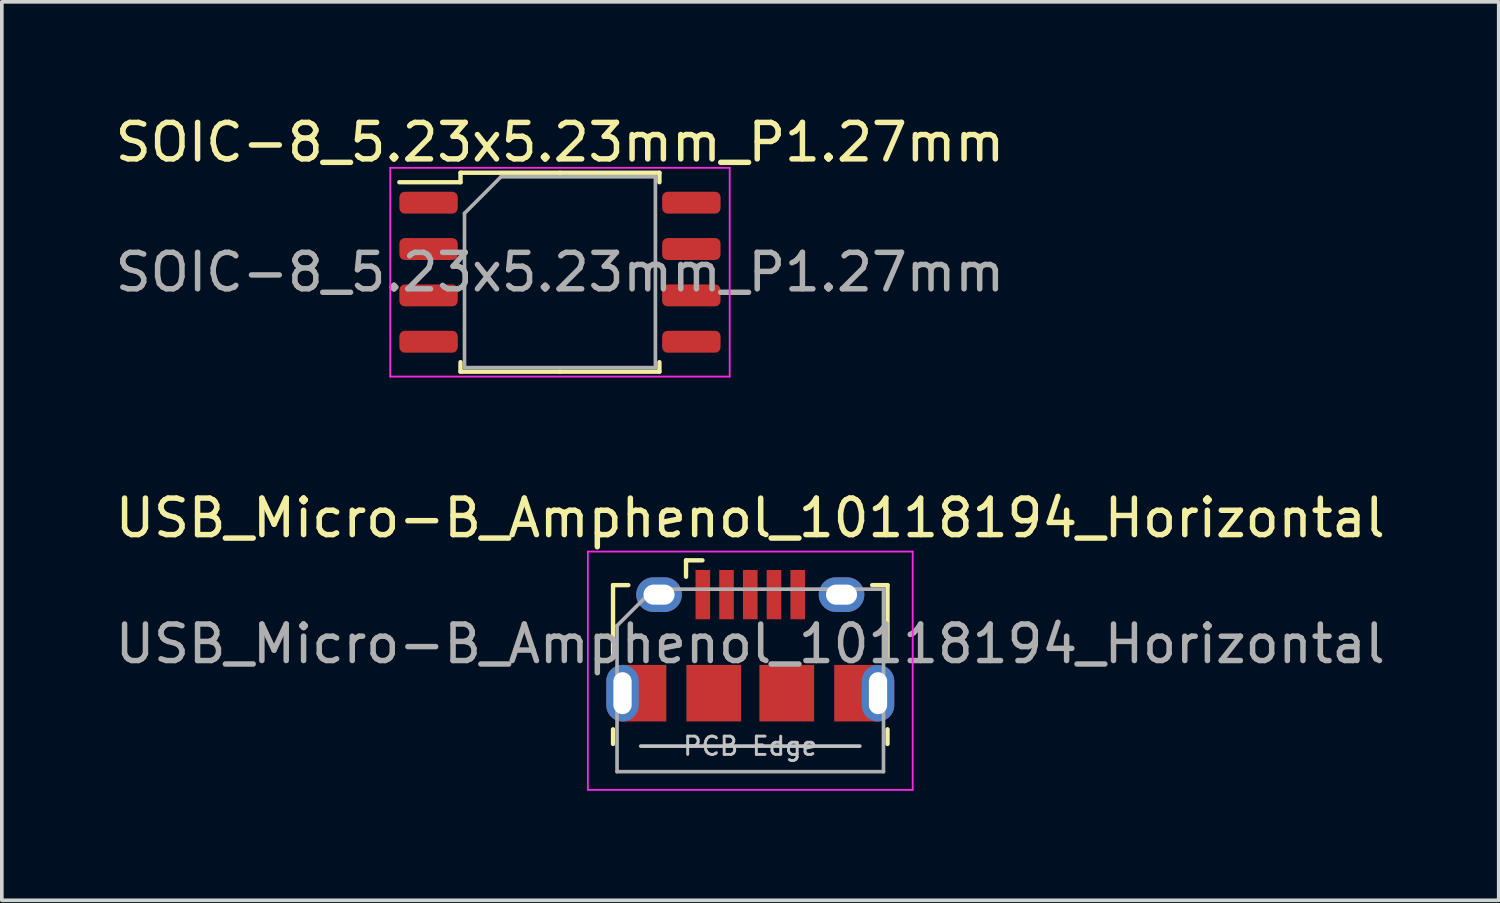
<source format=kicad_pcb>
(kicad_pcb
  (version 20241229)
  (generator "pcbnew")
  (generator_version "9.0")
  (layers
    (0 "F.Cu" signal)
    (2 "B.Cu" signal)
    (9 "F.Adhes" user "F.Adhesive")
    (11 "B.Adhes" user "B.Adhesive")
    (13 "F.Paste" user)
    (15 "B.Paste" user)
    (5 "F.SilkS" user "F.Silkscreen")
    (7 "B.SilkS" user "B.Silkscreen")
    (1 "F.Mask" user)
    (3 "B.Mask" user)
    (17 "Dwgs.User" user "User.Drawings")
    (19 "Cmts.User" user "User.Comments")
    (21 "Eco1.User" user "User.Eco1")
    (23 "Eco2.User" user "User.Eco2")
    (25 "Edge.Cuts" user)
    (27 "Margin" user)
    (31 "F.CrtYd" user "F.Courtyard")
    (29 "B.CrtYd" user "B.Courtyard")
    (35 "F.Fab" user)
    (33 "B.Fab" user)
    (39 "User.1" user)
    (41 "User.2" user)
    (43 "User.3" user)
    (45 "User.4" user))
  (footprint "USB_Micro-B_Amphenol_10118194_Horizontal"
    (layer "F.Cu")
    (at 17.506 14.642)
    (property "Reference" "USB_Micro-B_Amphenol_10118194_Horizontal" (at 0 -3.5 0) (layer "F.SilkS") (effects (font (size 1 1) (thickness 0.15))))
    (attr smd)
    (fp_line (start -3.76 -1.66) (end -3.34 -1.66) (stroke (width 0.12) (type solid)) (layer "F.SilkS"))
    (fp_line (start -3.76 0.32) (end -3.76 -1.66) (stroke (width 0.12) (type solid)) (layer "F.SilkS"))
    (fp_line (start -3.76 2.69) (end -3.76 2.29) (stroke (width 0.12) (type solid)) (layer "F.SilkS"))
    (fp_line (start -1.76 -1.89) (end -1.76 -2.34) (stroke (width 0.12) (type solid)) (layer "F.SilkS"))
    (fp_line (start -1.31 -2.34) (end -1.76 -2.34) (stroke (width 0.12) (type solid)) (layer "F.SilkS"))
    (fp_line (start 3.76 -1.66) (end 3.34 -1.66) (stroke (width 0.12) (type solid)) (layer "F.SilkS"))
    (fp_line (start 3.76 0.32) (end 3.76 -1.66) (stroke (width 0.12) (type solid)) (layer "F.SilkS"))
    (fp_line (start 3.76 2.29) (end 3.76 2.69) (stroke (width 0.12) (type solid)) (layer "F.SilkS"))
    (fp_line (start 3 2.75) (end -3 2.75) (stroke (width 0.1) (type solid)) (layer "Dwgs.User"))
    (fp_line (start -4.45 -2.58) (end -4.45 3.95) (stroke (width 0.05) (type solid)) (layer "F.CrtYd"))
    (fp_line (start -4.45 -2.58) (end 4.45 -2.58) (stroke (width 0.05) (type solid)) (layer "F.CrtYd"))
    (fp_line (start -4.45 3.95) (end 4.45 3.95) (stroke (width 0.05) (type solid)) (layer "F.CrtYd"))
    (fp_line (start 4.45 -2.58) (end 4.45 3.95) (stroke (width 0.05) (type solid)) (layer "F.CrtYd"))
    (fp_line (start -3.65 -0.55) (end -2.65 -1.55) (stroke (width 0.1) (type solid)) (layer "F.Fab"))
    (fp_line (start -3.65 3.45) (end -3.65 -0.55) (stroke (width 0.1) (type solid)) (layer "F.Fab"))
    (fp_line (start -2.65 -1.55) (end 3.65 -1.55) (stroke (width 0.1) (type solid)) (layer "F.Fab"))
    (fp_line (start 3.65 -1.55) (end 3.65 3.45) (stroke (width 0.1) (type solid)) (layer "F.Fab"))
    (fp_line (start 3.65 3.45) (end -3.65 3.45) (stroke (width 0.1) (type solid)) (layer "F.Fab"))
    (fp_text user "PCB Edge" (at 0 2.75 0) (layer "Dwgs.User") (effects (font (size 0.5 0.5) (thickness 0.08))))
    (fp_text user "${REFERENCE}" (at 0 -0.05 0) (layer "F.Fab") (effects (font (size 1 1) (thickness 0.15))))
    (pad "" smd oval (at -3.5 1.3) (size 0.89 1.55) (layers "F.Paste"))
    (pad "" smd oval (at -2.5 -1.4) (size 1.25 0.95) (layers "F.Paste"))
    (pad "" smd oval (at 2.5 -1.4) (size 1.25 0.95) (layers "F.Paste"))
    (pad "" smd oval (at 3.5 1.3) (size 0.89 1.55) (layers "F.Paste"))
    (pad "1" smd rect (at -1.3 -1.4) (size 0.4 1.35) (layers "F.Cu" "F.Mask" "F.Paste"))
    (pad "2" smd rect (at -0.65 -1.4) (size 0.4 1.35) (layers "F.Cu" "F.Mask" "F.Paste"))
    (pad "3" smd rect (at 0 -1.4) (size 0.4 1.35) (layers "F.Cu" "F.Mask" "F.Paste"))
    (pad "4" smd rect (at 0.65 -1.4) (size 0.4 1.35) (layers "F.Cu" "F.Mask" "F.Paste"))
    (pad "5" smd rect (at 1.3 -1.4) (size 0.4 1.35) (layers "F.Cu" "F.Mask" "F.Paste"))
    (pad "6" thru_hole oval (at -3.5 1.3) (size 0.89 1.55) (drill oval 0.5 1.15) (layers "*.Cu" "*.Mask"))
    (pad "6" smd rect (at -2.9 1.3) (size 1.2 1.55) (layers "F.Cu" "F.Mask" "F.Paste"))
    (pad "6" thru_hole oval (at -2.5 -1.4) (size 1.25 0.95) (drill oval 0.85 0.55) (layers "*.Cu" "*.Mask"))
    (pad "6" smd rect (at -1 1.3) (size 1.5 1.55) (layers "F.Cu" "F.Mask" "F.Paste"))
    (pad "6" smd rect (at 1 1.3) (size 1.5 1.55) (layers "F.Cu" "F.Mask" "F.Paste"))
    (pad "6" thru_hole oval (at 2.5 -1.4) (size 1.25 0.95) (drill oval 0.85 0.55) (layers "*.Cu" "*.Mask"))
    (pad "6" smd rect (at 2.9 1.3) (size 1.2 1.55) (layers "F.Cu" "F.Mask" "F.Paste"))
    (pad "6" thru_hole oval (at 3.5 1.3) (size 0.89 1.55) (drill oval 0.5 1.15) (layers "*.Cu" "*.Mask")))
  (footprint "SOIC-8_5.23x5.23mm_P1.27mm"
    (layer "F.Cu")
    (at 12.292 4.408)
    (property "Reference" "SOIC-8_5.23x5.23mm_P1.27mm" (at 0 -3.56 0) (layer "F.SilkS") (effects (font (size 1 1) (thickness 0.15))))
    (attr smd)
    (fp_line (start -2.725 -2.725) (end -2.725 -2.465) (stroke (width 0.12) (type solid)) (layer "F.SilkS"))
    (fp_line (start -2.725 -2.465) (end -4.4 -2.465) (stroke (width 0.12) (type solid)) (layer "F.SilkS"))
    (fp_line (start -2.725 2.725) (end -2.725 2.465) (stroke (width 0.12) (type solid)) (layer "F.SilkS"))
    (fp_line (start 0 -2.725) (end -2.725 -2.725) (stroke (width 0.12) (type solid)) (layer "F.SilkS"))
    (fp_line (start 0 -2.725) (end 2.725 -2.725) (stroke (width 0.12) (type solid)) (layer "F.SilkS"))
    (fp_line (start 0 2.725) (end -2.725 2.725) (stroke (width 0.12) (type solid)) (layer "F.SilkS"))
    (fp_line (start 0 2.725) (end 2.725 2.725) (stroke (width 0.12) (type solid)) (layer "F.SilkS"))
    (fp_line (start 2.725 -2.725) (end 2.725 -2.465) (stroke (width 0.12) (type solid)) (layer "F.SilkS"))
    (fp_line (start 2.725 2.725) (end 2.725 2.465) (stroke (width 0.12) (type solid)) (layer "F.SilkS"))
    (fp_line (start -4.65 -2.86) (end -4.65 2.86) (stroke (width 0.05) (type solid)) (layer "F.CrtYd"))
    (fp_line (start -4.65 2.86) (end 4.65 2.86) (stroke (width 0.05) (type solid)) (layer "F.CrtYd"))
    (fp_line (start 4.65 -2.86) (end -4.65 -2.86) (stroke (width 0.05) (type solid)) (layer "F.CrtYd"))
    (fp_line (start 4.65 2.86) (end 4.65 -2.86) (stroke (width 0.05) (type solid)) (layer "F.CrtYd"))
    (fp_line (start -2.615 -1.615) (end -1.615 -2.615) (stroke (width 0.1) (type solid)) (layer "F.Fab"))
    (fp_line (start -2.615 2.615) (end -2.615 -1.615) (stroke (width 0.1) (type solid)) (layer "F.Fab"))
    (fp_line (start -1.615 -2.615) (end 2.615 -2.615) (stroke (width 0.1) (type solid)) (layer "F.Fab"))
    (fp_line (start 2.615 -2.615) (end 2.615 2.615) (stroke (width 0.1) (type solid)) (layer "F.Fab"))
    (fp_line (start 2.615 2.615) (end -2.615 2.615) (stroke (width 0.1) (type solid)) (layer "F.Fab"))
    (fp_text user "${REFERENCE}" (at 0 0 0) (layer "F.Fab") (effects (font (size 1 1) (thickness 0.15))))
    (pad "1" smd roundrect (at -3.6 -1.905) (size 1.6 0.6) (layers "F.Cu" "F.Mask" "F.Paste") (roundrect_rratio 0.25))
    (pad "2" smd roundrect (at -3.6 -0.635) (size 1.6 0.6) (layers "F.Cu" "F.Mask" "F.Paste") (roundrect_rratio 0.25))
    (pad "3" smd roundrect (at -3.6 0.635) (size 1.6 0.6) (layers "F.Cu" "F.Mask" "F.Paste") (roundrect_rratio 0.25))
    (pad "4" smd roundrect (at -3.6 1.905) (size 1.6 0.6) (layers "F.Cu" "F.Mask" "F.Paste") (roundrect_rratio 0.25))
    (pad "5" smd roundrect (at 3.6 1.905) (size 1.6 0.6) (layers "F.Cu" "F.Mask" "F.Paste") (roundrect_rratio 0.25))
    (pad "6" smd roundrect (at 3.6 0.635) (size 1.6 0.6) (layers "F.Cu" "F.Mask" "F.Paste") (roundrect_rratio 0.25))
    (pad "7" smd roundrect (at 3.6 -0.635) (size 1.6 0.6) (layers "F.Cu" "F.Mask" "F.Paste") (roundrect_rratio 0.25))
    (pad "8" smd roundrect (at 3.6 -1.905) (size 1.6 0.6) (layers "F.Cu" "F.Mask" "F.Paste") (roundrect_rratio 0.25)))
  (gr_rect
    (start -3 -3)
    (end 38.012 21.616)
    (stroke (width 0.1) (type default))
    (fill no)
    (layer "Edge.Cuts")))
</source>
